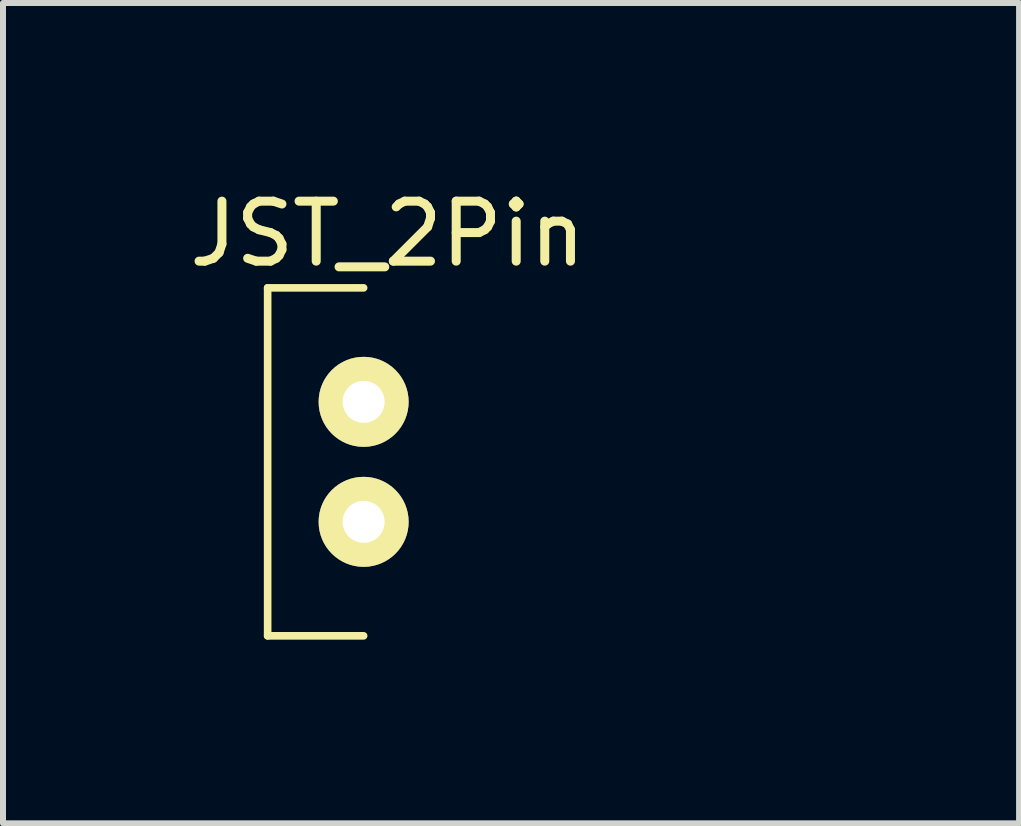
<source format=kicad_pcb>
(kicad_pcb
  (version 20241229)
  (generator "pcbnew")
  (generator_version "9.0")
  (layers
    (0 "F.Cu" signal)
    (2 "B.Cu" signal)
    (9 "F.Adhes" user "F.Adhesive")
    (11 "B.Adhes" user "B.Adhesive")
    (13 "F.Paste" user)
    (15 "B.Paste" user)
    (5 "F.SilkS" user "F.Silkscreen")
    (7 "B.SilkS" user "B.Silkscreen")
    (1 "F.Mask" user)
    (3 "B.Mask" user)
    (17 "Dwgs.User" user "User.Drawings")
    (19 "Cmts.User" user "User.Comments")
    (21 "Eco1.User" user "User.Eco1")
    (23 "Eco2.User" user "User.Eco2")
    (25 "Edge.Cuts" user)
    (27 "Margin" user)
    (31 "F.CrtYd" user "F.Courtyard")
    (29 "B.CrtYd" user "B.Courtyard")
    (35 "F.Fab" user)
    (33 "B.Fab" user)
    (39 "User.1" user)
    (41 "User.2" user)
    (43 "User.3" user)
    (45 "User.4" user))
  (footprint "JST_2Pin"
    (layer "F.Cu")
    (at 3.011 3.648)
    (property "Reference" "JST_2Pin" (at 0.4 -2.8 0) (layer "F.SilkS") (effects (font (size 1 1) (thickness 0.15))))
    (attr through_hole)
    (fp_line (start -1.6 -1.9) (end -1.6 3.9) (stroke (width 0.127) (type solid)) (layer "F.SilkS"))
    (fp_line (start -1.6 3.9) (end 0 3.9) (stroke (width 0.127) (type solid)) (layer "F.SilkS"))
    (fp_line (start 0 -1.9) (end -1.6 -1.9) (stroke (width 0.127) (type solid)) (layer "F.SilkS"))
    (fp_line (start -1.6 -1.95) (end -1.6 3.95) (stroke (width 0.15) (type solid)) (layer "Eco1.User"))
    (fp_line (start -1.6 -1.95) (end 7.85 -1.95) (stroke (width 0.15) (type solid)) (layer "Eco1.User"))
    (fp_line (start -1.6 3.95) (end 7.85 3.95) (stroke (width 0.15) (type solid)) (layer "Eco1.User"))
    (fp_line (start 1.2 0) (end 6.8 0) (stroke (width 0.127) (type solid)) (layer "Eco1.User"))
    (fp_line (start 1.2 2) (end 6.8 2) (stroke (width 0.127) (type solid)) (layer "Eco1.User"))
    (fp_line (start 7.85 -1.95) (end 7.85 3.95) (stroke (width 0.15) (type solid)) (layer "Eco1.User"))
    (pad "1" thru_hole circle (at 0 0) (size 1.5 1.5) (drill 0.7) (layers "*.Cu" "*.Mask" "F.SilkS"))
    (pad "2" thru_hole circle (at 0 2) (size 1.5 1.5) (drill 0.7) (layers "*.Cu" "*.Mask" "F.SilkS")))
  (gr_rect
    (start -3 -3)
    (end 13.936 10.673)
    (stroke (width 0.1) (type default))
    (fill no)
    (layer "Edge.Cuts")))
</source>
